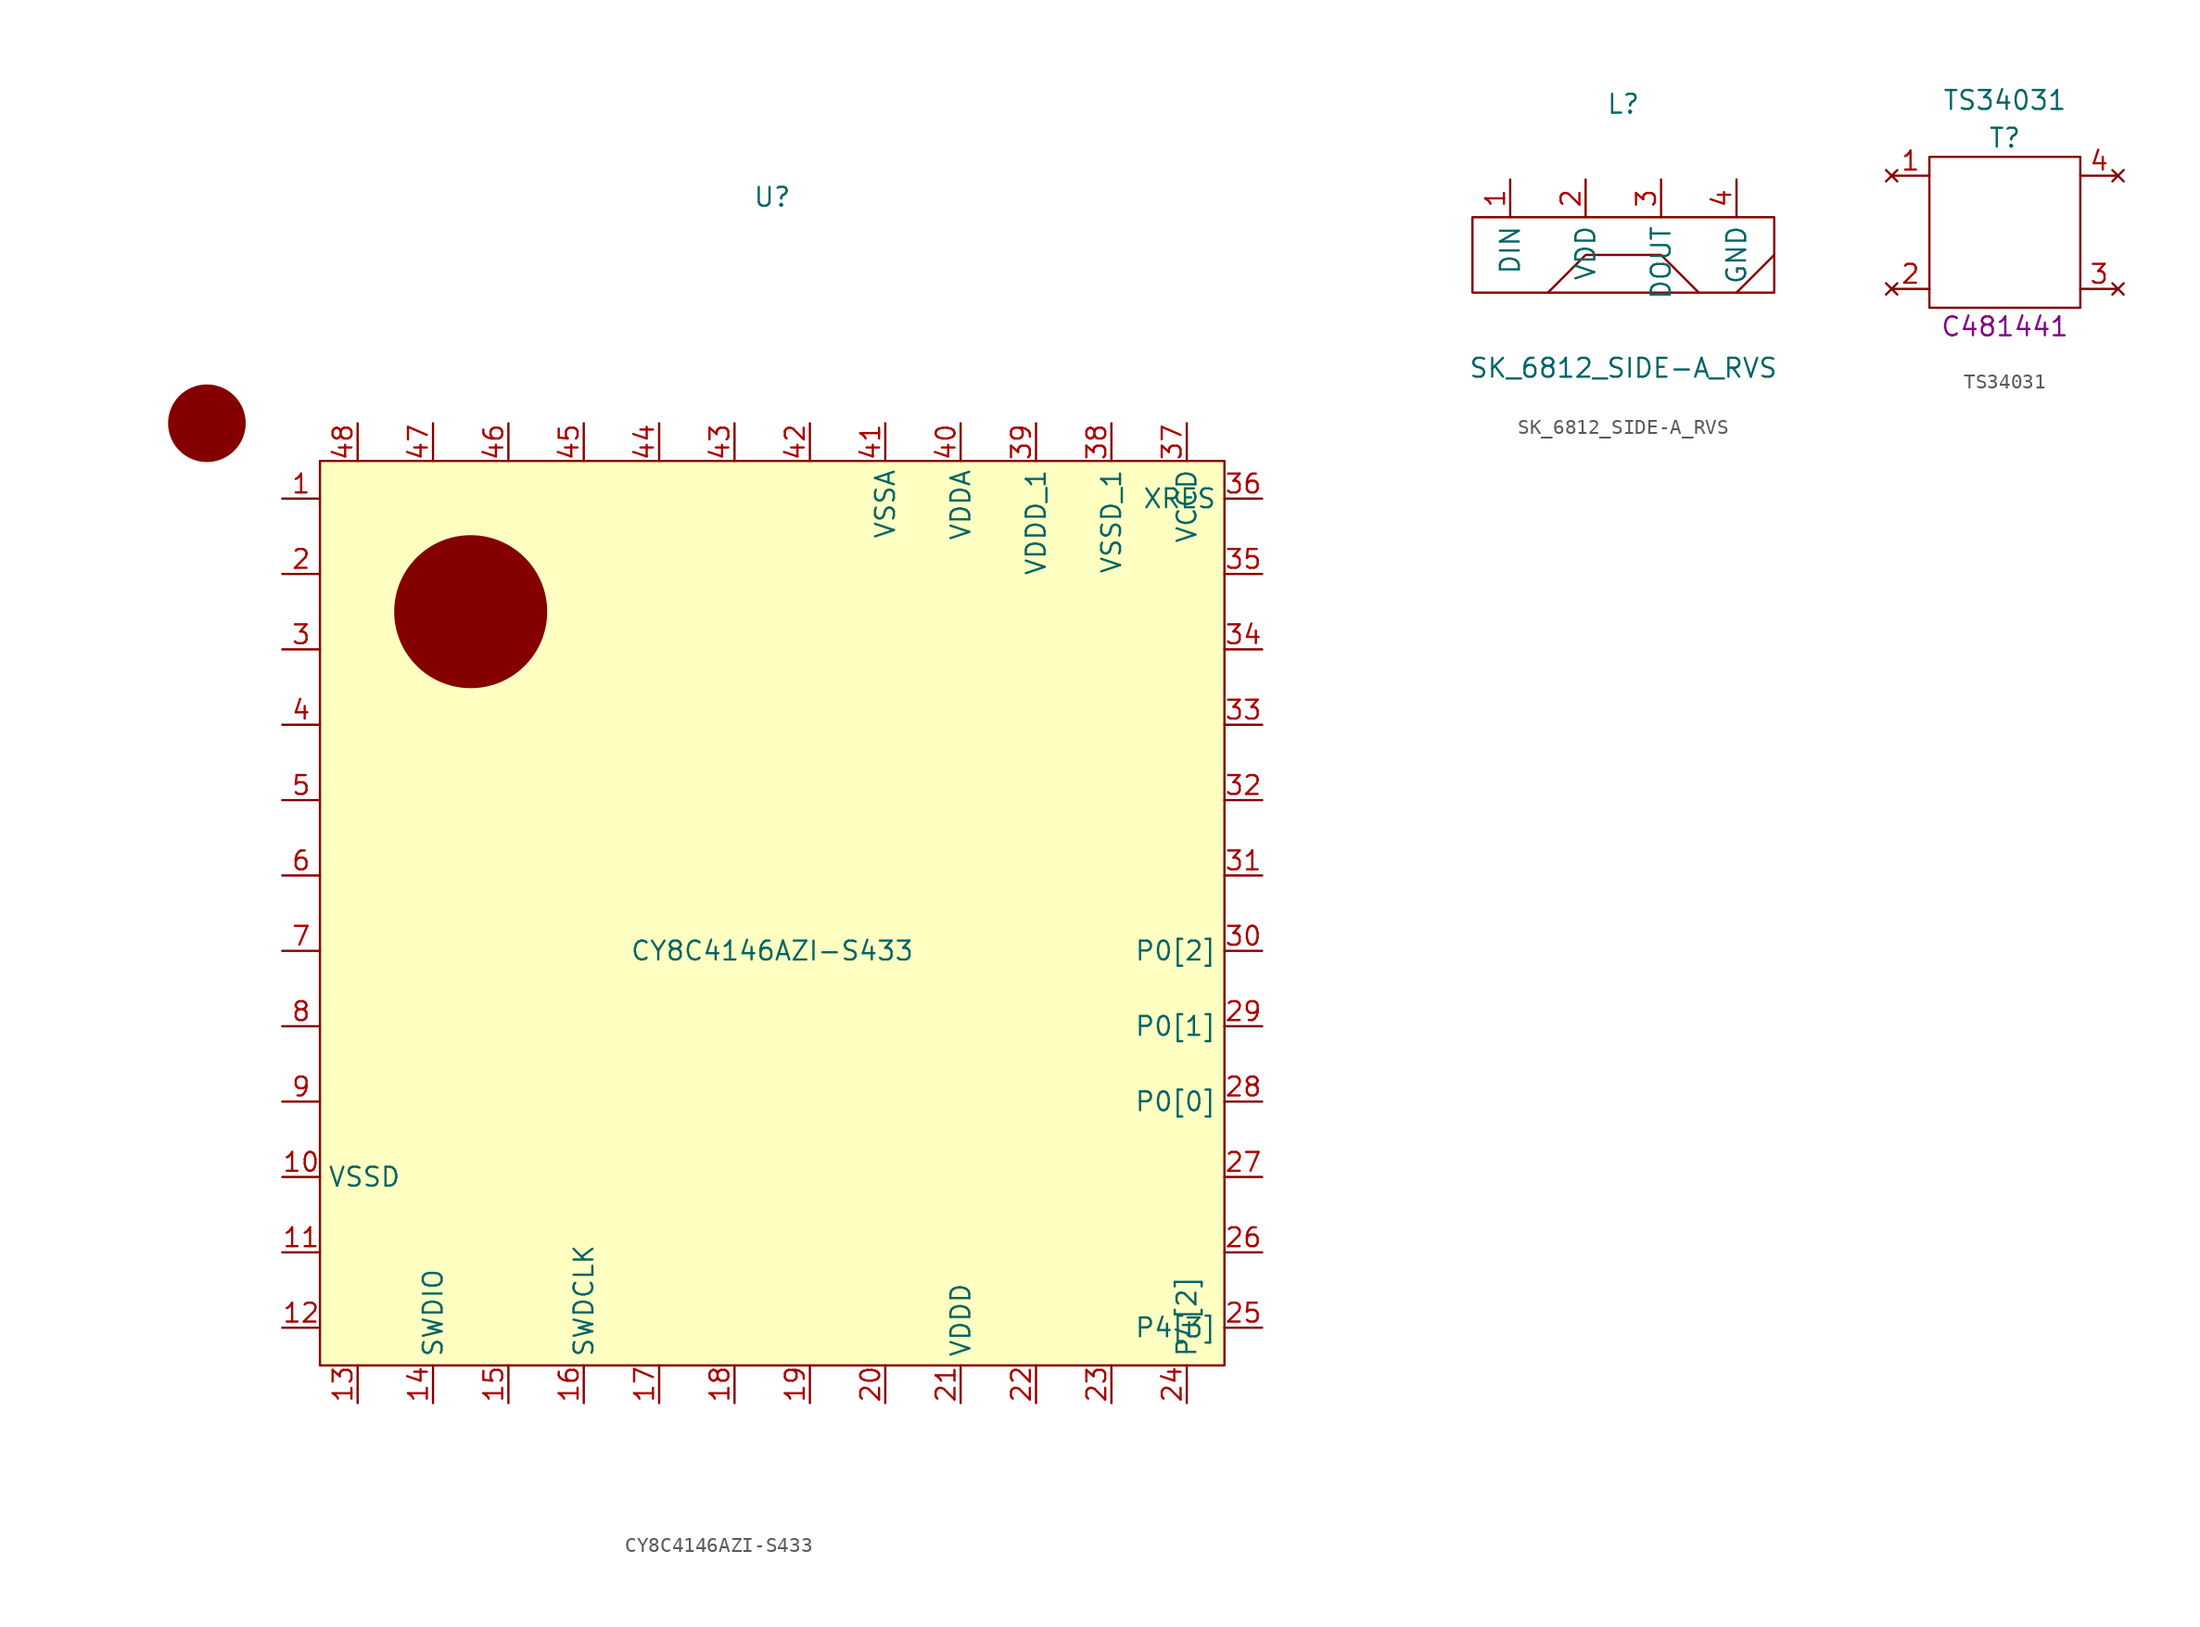
<source format=kicad_sym>
(kicad_symbol_lib
  (version 20211014)
  (generator kicad_symbol_editor)
  (symbol "CY8C4146AZI-S433"
    (property "Reference" "U"
      (at 0 45.72 0)
      (effects (font (size 1.27 1.27))))
    (property "Value" "CY8C4146AZI-S433"
      (at 0 -5.08 0)
      (effects (font (size 1.27 1.27))))
    (symbol "CY8C4146AZI-S433_0_1"
      (circle (center -38.1 30.48) (radius 2.54) (stroke (width 0) (type default) (color 0 0 0 0)) (fill (type outline)))
      (rectangle (start -30.48 27.94) (end 30.48 -33.02) (stroke (width 0) (type default) (color 0 0 0 0)) (fill (type background)))
      (circle (center -20.32 17.78) (radius 5.08) (stroke (width 0) (type default) (color 0 0 0 0)) (fill (type outline))))
    (symbol "CY8C4146AZI-S433_1_0"
      (pin power_in line (at 22.86 30.48 270) (length 2.54) (name "VSSD_1" (effects (font (size 1.27 1.27)))) (number "38" (effects (font (size 1.27 1.27))))))
    (symbol "CY8C4146AZI-S433_1_1"
      (pin bidirectional line (at -33.02 25.4 0) (length 2.54) (name "" (effects (font (size 1.27 1.27)))) (number "1" (effects (font (size 1.27 1.27)))))
      (pin power_in line (at -33.02 -20.32 0) (length 2.54) (name "VSSD" (effects (font (size 1.27 1.27)))) (number "10" (effects (font (size 1.27 1.27)))))
      (pin bidirectional line (at -33.02 -25.4 0) (length 2.54) (name "" (effects (font (size 1.27 1.27)))) (number "11" (effects (font (size 1.27 1.27)))))
      (pin bidirectional line (at -33.02 -30.48 0) (length 2.54) (name "" (effects (font (size 1.27 1.27)))) (number "12" (effects (font (size 1.27 1.27)))))
      (pin bidirectional line (at -27.94 -35.56 90) (length 2.54) (name "" (effects (font (size 1.27 1.27)))) (number "13" (effects (font (size 1.27 1.27)))))
      (pin bidirectional line (at -22.86 -35.56 90) (length 2.54) (name "SWDIO" (effects (font (size 1.27 1.27)))) (number "14" (effects (font (size 1.27 1.27)))))
      (pin bidirectional line (at -17.78 -35.56 90) (length 2.54) (name "" (effects (font (size 1.27 1.27)))) (number "15" (effects (font (size 1.27 1.27)))))
      (pin bidirectional line (at -12.7 -35.56 90) (length 2.54) (name "SWDCLK" (effects (font (size 1.27 1.27)))) (number "16" (effects (font (size 1.27 1.27)))))
      (pin bidirectional line (at -7.62 -35.56 90) (length 2.54) (name "" (effects (font (size 1.27 1.27)))) (number "17" (effects (font (size 1.27 1.27)))))
      (pin bidirectional line (at -2.54 -35.56 90) (length 2.54) (name "" (effects (font (size 1.27 1.27)))) (number "18" (effects (font (size 1.27 1.27)))))
      (pin bidirectional line (at 2.54 -35.56 90) (length 2.54) (name "" (effects (font (size 1.27 1.27)))) (number "19" (effects (font (size 1.27 1.27)))))
      (pin bidirectional line (at -33.02 20.32 0) (length 2.54) (name "" (effects (font (size 1.27 1.27)))) (number "2" (effects (font (size 1.27 1.27)))))
      (pin bidirectional line (at 7.62 -35.56 90) (length 2.54) (name "" (effects (font (size 1.27 1.27)))) (number "20" (effects (font (size 1.27 1.27)))))
      (pin power_in line (at 12.7 -35.56 90) (length 2.54) (name "VDDD" (effects (font (size 1.27 1.27)))) (number "21" (effects (font (size 1.27 1.27)))))
      (pin bidirectional line (at 17.78 -35.56 90) (length 2.54) (name "" (effects (font (size 1.27 1.27)))) (number "22" (effects (font (size 1.27 1.27)))))
      (pin bidirectional line (at 22.86 -35.56 90) (length 2.54) (name "" (effects (font (size 1.27 1.27)))) (number "23" (effects (font (size 1.27 1.27)))))
      (pin bidirectional line (at 27.94 -35.56 90) (length 2.54) (name "P4[2]" (effects (font (size 1.27 1.27)))) (number "24" (effects (font (size 1.27 1.27)))))
      (pin bidirectional line (at 33.02 -30.48 180) (length 2.54) (name "P4[3]" (effects (font (size 1.27 1.27)))) (number "25" (effects (font (size 1.27 1.27)))))
      (pin bidirectional line (at 33.02 -25.4 180) (length 2.54) (name "" (effects (font (size 1.27 1.27)))) (number "26" (effects (font (size 1.27 1.27)))))
      (pin bidirectional line (at 33.02 -20.32 180) (length 2.54) (name "" (effects (font (size 1.27 1.27)))) (number "27" (effects (font (size 1.27 1.27)))))
      (pin bidirectional line (at 33.02 -15.24 180) (length 2.54) (name "P0[0]" (effects (font (size 1.27 1.27)))) (number "28" (effects (font (size 1.27 1.27)))))
      (pin bidirectional line (at 33.02 -10.16 180) (length 2.54) (name "P0[1]" (effects (font (size 1.27 1.27)))) (number "29" (effects (font (size 1.27 1.27)))))
      (pin bidirectional line (at -33.02 15.24 0) (length 2.54) (name "" (effects (font (size 1.27 1.27)))) (number "3" (effects (font (size 1.27 1.27)))))
      (pin bidirectional line (at 33.02 -5.08 180) (length 2.54) (name "P0[2]" (effects (font (size 1.27 1.27)))) (number "30" (effects (font (size 1.27 1.27)))))
      (pin bidirectional line (at 33.02 0 180) (length 2.54) (name "" (effects (font (size 1.27 1.27)))) (number "31" (effects (font (size 1.27 1.27)))))
      (pin bidirectional line (at 33.02 5.08 180) (length 2.54) (name "" (effects (font (size 1.27 1.27)))) (number "32" (effects (font (size 1.27 1.27)))))
      (pin bidirectional line (at 33.02 10.16 180) (length 2.54) (name "" (effects (font (size 1.27 1.27)))) (number "33" (effects (font (size 1.27 1.27)))))
      (pin bidirectional line (at 33.02 15.24 180) (length 2.54) (name "" (effects (font (size 1.27 1.27)))) (number "34" (effects (font (size 1.27 1.27)))))
      (pin bidirectional line (at 33.02 20.32 180) (length 2.54) (name "" (effects (font (size 1.27 1.27)))) (number "35" (effects (font (size 1.27 1.27)))))
      (pin bidirectional line (at 33.02 25.4 180) (length 2.54) (name "XRES" (effects (font (size 1.27 1.27)))) (number "36" (effects (font (size 1.27 1.27)))))
      (pin power_in line (at 27.94 30.48 270) (length 2.54) (name "VCCD" (effects (font (size 1.27 1.27)))) (number "37" (effects (font (size 1.27 1.27)))))
      (pin power_in line (at 17.78 30.48 270) (length 2.54) (name "VDDD_1" (effects (font (size 1.27 1.27)))) (number "39" (effects (font (size 1.27 1.27)))))
      (pin bidirectional line (at -33.02 10.16 0) (length 2.54) (name "" (effects (font (size 1.27 1.27)))) (number "4" (effects (font (size 1.27 1.27)))))
      (pin power_in line (at 12.7 30.48 270) (length 2.54) (name "VDDA" (effects (font (size 1.27 1.27)))) (number "40" (effects (font (size 1.27 1.27)))))
      (pin power_in line (at 7.62 30.48 270) (length 2.54) (name "VSSA" (effects (font (size 1.27 1.27)))) (number "41" (effects (font (size 1.27 1.27)))))
      (pin bidirectional line (at 2.54 30.48 270) (length 2.54) (name "" (effects (font (size 1.27 1.27)))) (number "42" (effects (font (size 1.27 1.27)))))
      (pin bidirectional line (at -2.54 30.48 270) (length 2.54) (name "" (effects (font (size 1.27 1.27)))) (number "43" (effects (font (size 1.27 1.27)))))
      (pin bidirectional line (at -7.62 30.48 270) (length 2.54) (name "" (effects (font (size 1.27 1.27)))) (number "44" (effects (font (size 1.27 1.27)))))
      (pin bidirectional line (at -12.7 30.48 270) (length 2.54) (name "" (effects (font (size 1.27 1.27)))) (number "45" (effects (font (size 1.27 1.27)))))
      (pin bidirectional line (at -17.78 30.48 270) (length 2.54) (name "" (effects (font (size 1.27 1.27)))) (number "46" (effects (font (size 1.27 1.27)))))
      (pin bidirectional line (at -22.86 30.48 270) (length 2.54) (name "" (effects (font (size 1.27 1.27)))) (number "47" (effects (font (size 1.27 1.27)))))
      (pin bidirectional line (at -27.94 30.48 270) (length 2.54) (name "" (effects (font (size 1.27 1.27)))) (number "48" (effects (font (size 1.27 1.27)))))
      (pin bidirectional line (at -33.02 5.08 0) (length 2.54) (name "" (effects (font (size 1.27 1.27)))) (number "5" (effects (font (size 1.27 1.27)))))
      (pin bidirectional line (at -33.02 0 0) (length 2.54) (name "" (effects (font (size 1.27 1.27)))) (number "6" (effects (font (size 1.27 1.27)))))
      (pin bidirectional line (at -33.02 -5.08 0) (length 2.54) (name "" (effects (font (size 1.27 1.27)))) (number "7" (effects (font (size 1.27 1.27)))))
      (pin bidirectional line (at -33.02 -10.16 0) (length 2.54) (name "" (effects (font (size 1.27 1.27)))) (number "8" (effects (font (size 1.27 1.27)))))
      (pin bidirectional line (at -33.02 -15.24 0) (length 2.54) (name "" (effects (font (size 1.27 1.27)))) (number "9" (effects (font (size 1.27 1.27)))))))
  (symbol "SK_6812_SIDE-A_RVS"
    (property "Reference" "L"
      (at 0 10.16 0)
      (effects (font (size 1.27 1.27))))
    (property "Value" "SK_6812_SIDE-A_RVS"
      (at 0 -7.62 0)
      (effects (font (size 1.27 1.27))))
    (symbol "SK_6812_SIDE-A_RVS_0_1"
      (rectangle (start -10.16 2.54) (end 10.16 -2.54) (stroke (width 0) (type default) (color 0 0 0 0)) (fill (type none)))
      (polyline (pts (xy 7.62 -2.54) (xy 10.16 0)) (stroke (width 0) (type default) (color 0 0 0 0)) (fill (type none)))
      (polyline (pts (xy -5.08 -2.54) (xy -2.54 0) (xy 2.54 0) (xy 5.08 -2.54)) (stroke (width 0) (type default) (color 0 0 0 0)) (fill (type none))))
    (symbol "SK_6812_SIDE-A_RVS_1_1"
      (pin input line (at -7.62 5.08 270) (length 2.54) (name "DIN" (effects (font (size 1.27 1.27)))) (number "1" (effects (font (size 1.27 1.27)))))
      (pin power_in line (at -2.54 5.08 270) (length 2.54) (name "VDD" (effects (font (size 1.27 1.27)))) (number "2" (effects (font (size 1.27 1.27)))))
      (pin output line (at 2.54 5.08 270) (length 2.54) (name "DOUT" (effects (font (size 1.27 1.27)))) (number "3" (effects (font (size 1.27 1.27)))))
      (pin power_in line (at 7.62 5.08 270) (length 2.54) (name "GND" (effects (font (size 1.27 1.27)))) (number "4" (effects (font (size 1.27 1.27)))))))
  (symbol "TS34031"
    (property "Reference" "T"
      (at 0 6.35 0)
      (effects (font (size 1.27 1.27))))
    (property "Value" "TS34031"
      (at 0 8.89 0)
      (effects (font (size 1.27 1.27))))
    (property "LCSC" "C481441"
      (at 0 -6.35 0)
      (effects (font (size 1.27 1.27))))
    (symbol "TS34031_0_1"
      (rectangle (start -5.08 5.08) (end 5.08 -5.08) (stroke (width 0) (type default) (color 0 0 0 0)) (fill (type none))))
    (symbol "TS34031_1_1"
      (pin no_connect line (at -7.62 3.81 0) (length 2.54) (name "" (effects (font (size 1.27 1.27)))) (number "1" (effects (font (size 1.27 1.27)))))
      (pin no_connect line (at -7.62 -3.81 0) (length 2.54) (name "" (effects (font (size 1.27 1.27)))) (number "2" (effects (font (size 1.27 1.27)))))
      (pin no_connect line (at 7.62 -3.81 180) (length 2.54) (name "" (effects (font (size 1.27 1.27)))) (number "3" (effects (font (size 1.27 1.27)))))
      (pin no_connect line (at 7.62 3.81 180) (length 2.54) (name "" (effects (font (size 1.27 1.27)))) (number "4" (effects (font (size 1.27 1.27))))))))
</source>
